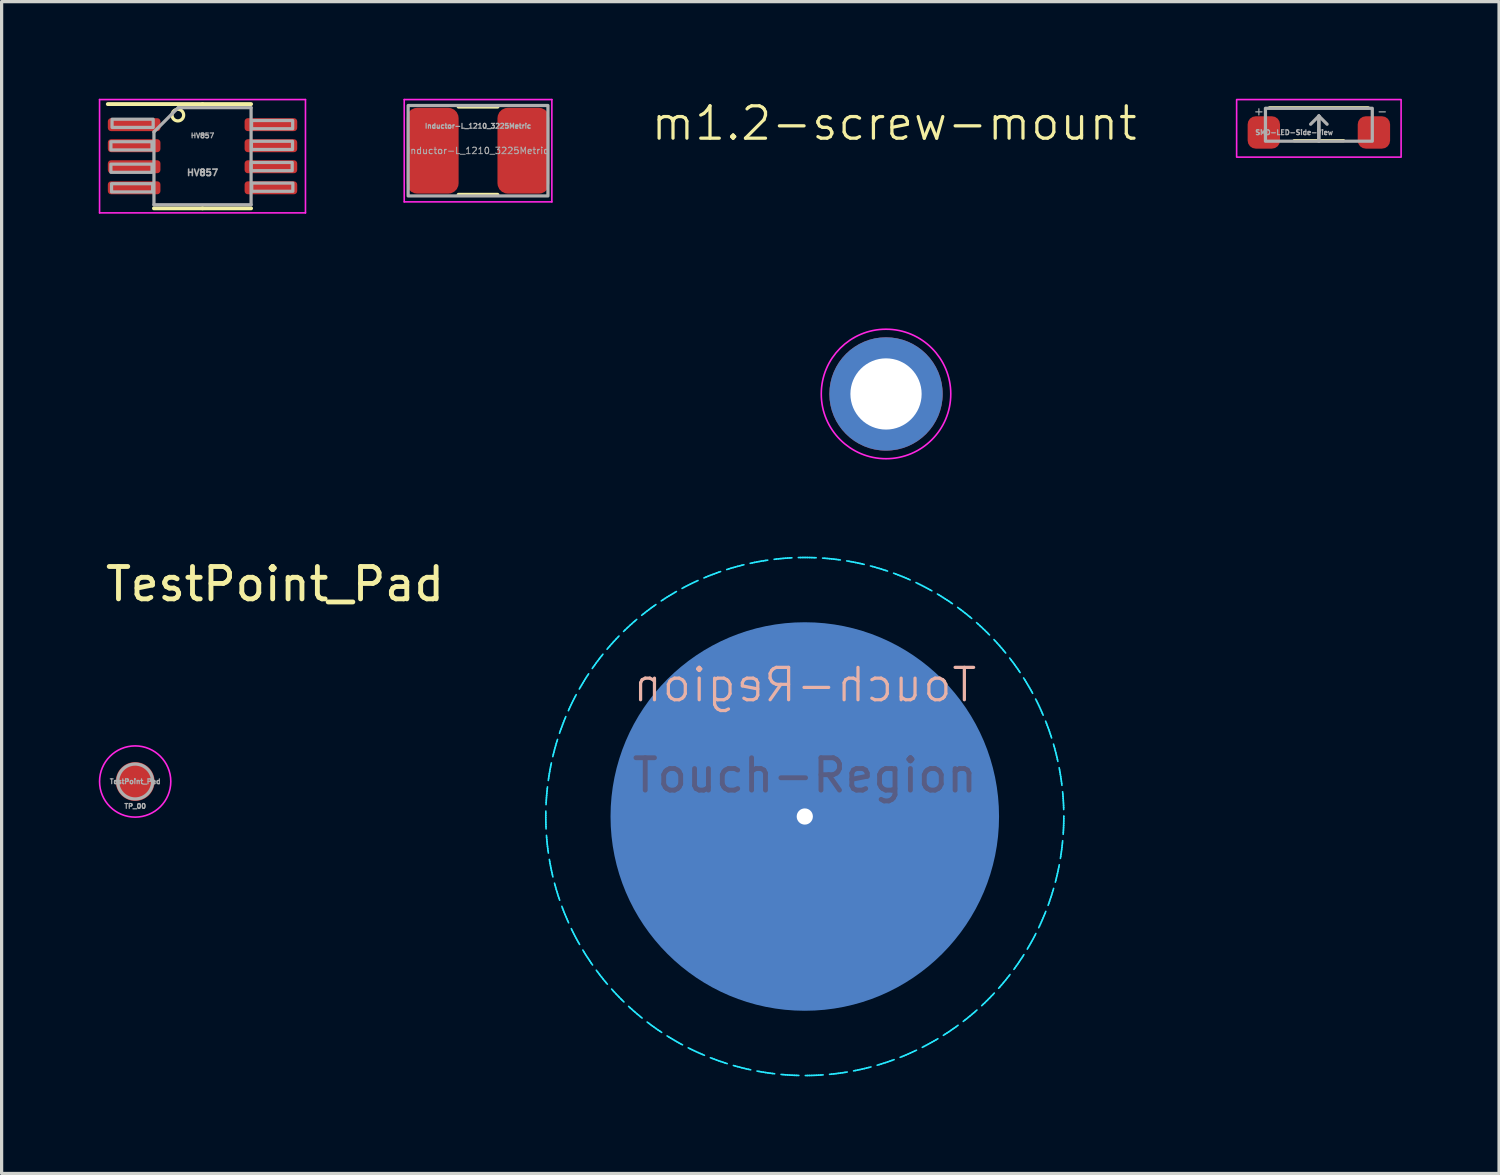
<source format=kicad_pcb>
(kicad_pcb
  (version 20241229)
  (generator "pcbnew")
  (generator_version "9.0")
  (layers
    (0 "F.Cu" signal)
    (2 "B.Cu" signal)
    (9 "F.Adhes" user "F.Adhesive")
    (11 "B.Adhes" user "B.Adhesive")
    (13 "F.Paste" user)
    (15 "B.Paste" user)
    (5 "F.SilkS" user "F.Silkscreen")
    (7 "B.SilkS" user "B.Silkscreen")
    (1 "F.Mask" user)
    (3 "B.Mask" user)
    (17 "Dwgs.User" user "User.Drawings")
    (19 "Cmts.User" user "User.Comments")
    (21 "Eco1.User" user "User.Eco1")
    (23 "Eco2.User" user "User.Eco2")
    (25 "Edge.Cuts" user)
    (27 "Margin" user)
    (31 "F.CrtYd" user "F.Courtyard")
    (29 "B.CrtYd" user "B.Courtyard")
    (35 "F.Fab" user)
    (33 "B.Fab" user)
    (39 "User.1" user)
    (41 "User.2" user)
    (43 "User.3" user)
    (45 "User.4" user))
  (footprint "Touch-Region"
    (layer "F.Cu")
    (at 21.807 22.169)
    (property "Reference" "Touch-Region" (at 0 -4.064 0) (unlocked yes) (layer "B.SilkS") (effects (font (size 1 1) (thickness 0.1)) (justify mirror)))
    (attr smd)
    (fp_circle (center 0 0) (end 8 0) (stroke (width 0.05) (type dash)) (fill no) (layer "B.CrtYd"))
    (fp_text user "${REFERENCE}" (at 0 -1.27 0) (unlocked yes) (layer "B.Fab") (effects (font (size 1 1) (thickness 0.15))))
    (pad "1" thru_hole circle (at 0 0) (size 1 1) (drill 0.5) (layers "*.Cu"))
    (pad "1" smd circle (at 0 0) (size 12 12) (layers "B.Cu"))
    (zone (net_name "") (layer "B.Cu") (hatch edge 0.25) (connect_pads) (min_thickness 0.25) (filled_areas_thickness no) (keepout (tracks allowed) (vias allowed) (pads allowed) (copperpour not_allowed) (footprints not_allowed)) (placement (enabled no)) (fill) (polygon (pts (xy 29.173 22.169) (xy 29.154 21.631) (xy 29.095 21.096) (xy 28.997 20.567) (xy 28.861 20.046) (xy 28.687 19.537) (xy 28.477 19.042) (xy 28.231 18.563) (xy 27.951 18.104) (xy 27.637 17.667) (xy 27.293 17.253) (xy 26.92 16.866) (xy 26.519 16.507) (xy 26.093 16.178) (xy 25.645 15.881) (xy 25.175 15.618) (xy 24.688 15.389) (xy 24.186 15.197) (xy 23.67 15.042) (xy 23.145 14.925) (xy 22.613 14.847) (xy 22.076 14.807) (xy 21.538 14.807) (xy 21.002 14.847) (xy 20.469 14.925) (xy 19.944 15.042) (xy 19.429 15.197) (xy 18.926 15.389) (xy 18.439 15.618) (xy 17.97 15.881) (xy 17.521 16.178) (xy 17.095 16.507) (xy 16.695 16.866) (xy 16.321 17.253) (xy 15.977 17.667) (xy 15.664 18.104) (xy 15.384 18.563) (xy 15.138 19.042) (xy 14.927 19.537) (xy 14.754 20.046) (xy 14.618 20.567) (xy 14.52 21.096) (xy 14.461 21.631) (xy 14.441 22.169) (xy 14.461 22.706) (xy 14.52 23.241) (xy 14.618 23.77) (xy 14.754 24.291) (xy 14.927 24.8) (xy 15.138 25.295) (xy 15.384 25.774) (xy 15.664 26.233) (xy 15.977 26.67) (xy 16.321 27.084) (xy 16.695 27.471) (xy 17.095 27.83) (xy 17.521 28.159) (xy 17.97 28.456) (xy 18.439 28.719) (xy 18.926 28.948) (xy 19.429 29.14) (xy 19.944 29.295) (xy 20.469 29.412) (xy 21.002 29.49) (xy 21.538 29.53) (xy 22.076 29.53) (xy 22.613 29.49) (xy 23.145 29.412) (xy 23.67 29.295) (xy 24.186 29.14) (xy 24.688 28.948) (xy 25.175 28.719) (xy 25.645 28.456) (xy 26.093 28.159) (xy 26.519 27.83) (xy 26.92 27.471) (xy 27.293 27.084) (xy 27.637 26.67) (xy 27.951 26.233) (xy 28.231 25.774) (xy 28.477 25.295) (xy 28.687 24.8) (xy 28.861 24.291) (xy 28.997 23.77) (xy 29.095 23.241) (xy 29.154 22.706)))))
  (footprint "TestPoint_Pad"
    (layer "F.Cu")
    (at 1.125 21.088)
    (property "Reference" "TestPoint_Pad" (at 4.318 -6.096 0) (layer "F.SilkS") (effects (font (size 1 1) (thickness 0.15))))
    (property "Value" "TP_00" (at 0.635 0 0) (unlocked yes) (layer "F.SilkS") (hide yes) (effects (font (size 0.8 0.8) (thickness 0.1)) (justify left)))
    (attr exclude_from_pos_files exclude_from_bom)
    (fp_circle (center 0 0) (end 1.1 0) (stroke (width 0.05) (type solid)) (fill no) (layer "F.CrtYd"))
    (fp_circle (center 0 0) (end 0.381 0.381) (stroke (width 0.1) (type default)) (fill no) (layer "F.Fab"))
    (fp_text user "${REFERENCE}" (at 0 0 0) (layer "F.Fab") (effects (font (size 0.15 0.15) (thickness 0.037))))
    (fp_text user "${VALUE}" (at 0 0.762 0) (layer "F.Fab") (effects (font (size 0.15 0.15) (thickness 0.037))))
    (pad "1" smd circle (at 0 0) (size 1.2 1.2) (layers "F.Cu" "F.Mask")))
  (footprint "HV857"
    (layer "F.Cu")
    (at 3.205 1.775)
    (property "Reference" "HV857" (at 0 -0.635 0) (layer "F.Fab") (effects (font (size 0.15 0.15) (thickness 0.037))))
    (attr smd)
    (fp_line (start 0 -1.61) (end -2.925 -1.61) (stroke (width 0.12) (type solid)) (layer "F.SilkS"))
    (fp_line (start 0 -1.61) (end 1.5 -1.61) (stroke (width 0.12) (type solid)) (layer "F.SilkS"))
    (fp_line (start 0 1.61) (end -1.5 1.61) (stroke (width 0.12) (type solid)) (layer "F.SilkS"))
    (fp_line (start 0 1.61) (end 1.5 1.61) (stroke (width 0.12) (type solid)) (layer "F.SilkS"))
    (fp_circle (center -0.762 -1.27) (end -0.635 -1.143) (stroke (width 0.1) (type default)) (fill no) (layer "F.SilkS"))
    (fp_line (start -3.18 -1.75) (end -3.18 1.75) (stroke (width 0.05) (type solid)) (layer "F.CrtYd"))
    (fp_line (start -3.18 1.75) (end 3.18 1.75) (stroke (width 0.05) (type solid)) (layer "F.CrtYd"))
    (fp_line (start 3.18 -1.75) (end -3.18 -1.75) (stroke (width 0.05) (type solid)) (layer "F.CrtYd"))
    (fp_line (start 3.18 1.75) (end 3.18 -1.75) (stroke (width 0.05) (type solid)) (layer "F.CrtYd"))
    (fp_line (start -1.5 -0.75) (end -0.75 -1.5) (stroke (width 0.1) (type solid)) (layer "F.Fab"))
    (fp_line (start -1.5 1.5) (end -1.5 -0.75) (stroke (width 0.1) (type solid)) (layer "F.Fab"))
    (fp_line (start -0.75 -1.5) (end 1.5 -1.5) (stroke (width 0.1) (type solid)) (layer "F.Fab"))
    (fp_line (start 1.5 -1.5) (end 1.5 1.5) (stroke (width 0.1) (type solid)) (layer "F.Fab"))
    (fp_line (start 1.5 1.5) (end -1.5 1.5) (stroke (width 0.1) (type solid)) (layer "F.Fab"))
    (fp_rect (start -2.83 -0.447) (end -1.56 -0.193) (stroke (width 0.1) (type default)) (fill no) (layer "F.Fab"))
    (fp_rect (start -2.83 0.244) (end -1.56 0.498) (stroke (width 0.1) (type default)) (fill no) (layer "F.Fab"))
    (fp_rect (start -2.81 0.849) (end -1.54 1.103) (stroke (width 0.1) (type default)) (fill no) (layer "F.Fab"))
    (fp_rect (start -2.794 -1.143) (end -1.524 -0.889) (stroke (width 0.1) (type default)) (fill no) (layer "F.Fab"))
    (fp_rect (start 1.5 0.193) (end 2.77 0.447) (stroke (width 0.1) (type default)) (fill no) (layer "F.Fab"))
    (fp_rect (start 1.51 -0.462) (end 2.78 -0.208) (stroke (width 0.1) (type default)) (fill no) (layer "F.Fab"))
    (fp_rect (start 1.515 -1.103) (end 2.785 -0.849) (stroke (width 0.1) (type default)) (fill no) (layer "F.Fab"))
    (fp_rect (start 1.52 0.829) (end 2.79 1.083) (stroke (width 0.1) (type default)) (fill no) (layer "F.Fab"))
    (fp_text user "${REFERENCE}" (at 0 0.508 0) (layer "F.Fab") (effects (font (size 0.2 0.2) (thickness 0.05))))
    (pad "1" smd roundrect (at -2.112 -0.975) (size 1.625 0.4) (layers "F.Cu" "F.Mask" "F.Paste") (roundrect_rratio 0.25))
    (pad "2" smd roundrect (at -2.112 -0.325) (size 1.625 0.4) (layers "F.Cu" "F.Mask" "F.Paste") (roundrect_rratio 0.25))
    (pad "3" smd roundrect (at -2.112 0.325) (size 1.625 0.4) (layers "F.Cu" "F.Mask" "F.Paste") (roundrect_rratio 0.25))
    (pad "4" smd roundrect (at -2.112 0.975) (size 1.625 0.4) (layers "F.Cu" "F.Mask" "F.Paste") (roundrect_rratio 0.25))
    (pad "5" smd roundrect (at 2.112 0.975) (size 1.625 0.4) (layers "F.Cu" "F.Mask" "F.Paste") (roundrect_rratio 0.25))
    (pad "6" smd roundrect (at 2.112 0.325) (size 1.625 0.4) (layers "F.Cu" "F.Mask" "F.Paste") (roundrect_rratio 0.25))
    (pad "7" smd roundrect (at 2.112 -0.325) (size 1.625 0.4) (layers "F.Cu" "F.Mask" "F.Paste") (roundrect_rratio 0.25))
    (pad "8" smd roundrect (at 2.112 -0.975) (size 1.625 0.4) (layers "F.Cu" "F.Mask" "F.Paste") (roundrect_rratio 0.25)))
  (footprint "SMD-LED-Side-View"
    (layer "F.Cu")
    (at 37.685 1.041)
    (property "Reference" "SMD-LED-Side-View" (at -0.762 0 0) (unlocked yes) (layer "F.Fab") (effects (font (size 0.15 0.15) (thickness 0.037))))
    (attr smd)
    (fp_line (start -1.524 -0.762) (end 1.524 -0.762) (stroke (width 0.1) (type default)) (layer "F.SilkS"))
    (fp_line (start -0.762 0.254) (end 0.762 0.254) (stroke (width 0.1) (type default)) (layer "F.SilkS"))
    (fp_rect (start -2.54 0.762) (end 2.54 -1.016) (stroke (width 0.05) (type default)) (fill no) (layer "F.CrtYd"))
    (fp_line (start 0 -0.508) (end -0.254 -0.254) (stroke (width 0.1) (type default)) (layer "F.Fab"))
    (fp_line (start 0 -0.508) (end 0 0.27) (stroke (width 0.1) (type default)) (layer "F.Fab"))
    (fp_line (start 0 -0.508) (end 0.254 -0.254) (stroke (width 0.1) (type default)) (layer "F.Fab"))
    (fp_line (start 0 0.27) (end 0 -0.508) (stroke (width 0.1) (type default)) (layer "F.Fab"))
    (fp_rect (start -1.65 -0.746) (end 1.65 0.27) (stroke (width 0.1) (type default)) (fill no) (layer "F.Fab"))
    (fp_text user "-" (at 1.778 -0.508 0) (unlocked yes) (layer "F.Fab") (effects (font (size 0.25 0.25) (thickness 0.037)) (justify left bottom)))
    (fp_text user "+" (at -2.032 -0.508 0) (unlocked yes) (layer "F.Fab") (effects (font (size 0.25 0.25) (thickness 0.037)) (justify left bottom)))
    (pad "1" smd roundrect (at 1.7 0) (size 1 1) (layers "F.Cu" "F.Mask" "F.Paste") (roundrect_rratio 0.25))
    (pad "2" smd roundrect (at -1.7 0) (size 1 1) (layers "F.Cu" "F.Mask" "F.Paste") (roundrect_rratio 0.25)))
  (footprint "m1.2-screw-mount"
    (layer "F.Cu")
    (at 24.316 9.118)
    (property "Reference" "m1.2-screw-mount" (at 0.254 -8.358 0) (unlocked yes) (layer "F.SilkS") (effects (font (size 1 1) (thickness 0.1))))
    (attr smd)
    (fp_circle (center 0 0) (end 2 0) (stroke (width 0.05) (type default)) (fill no) (layer "F.CrtYd"))
    (pad "1" thru_hole circle (at 0 0) (size 3.5 3.5) (drill 2.2) (layers "*.Cu" "*.Mask" "Eco2.User")))
  (footprint "Inductor-L_1210_3225Metric"
    (layer "F.Cu")
    (at 11.715 1.605)
    (property "Reference" "Inductor-L_1210_3225Metric" (at 0 -0.762 0) (layer "F.Fab") (effects (font (size 0.15 0.15) (thickness 0.037))))
    (attr smd)
    (fp_line (start -0.602 -1.36) (end 0.602 -1.36) (stroke (width 0.12) (type solid)) (layer "F.SilkS"))
    (fp_line (start -0.602 1.36) (end 0.602 1.36) (stroke (width 0.12) (type solid)) (layer "F.SilkS"))
    (fp_line (start -2.28 -1.58) (end 2.28 -1.58) (stroke (width 0.05) (type solid)) (layer "F.CrtYd"))
    (fp_line (start -2.28 1.58) (end -2.28 -1.58) (stroke (width 0.05) (type solid)) (layer "F.CrtYd"))
    (fp_line (start 2.28 -1.58) (end 2.28 1.58) (stroke (width 0.05) (type solid)) (layer "F.CrtYd"))
    (fp_line (start 2.28 1.58) (end -2.28 1.58) (stroke (width 0.05) (type solid)) (layer "F.CrtYd"))
    (fp_rect (start -2.159 -1.397) (end 2.159 1.397) (stroke (width 0.1) (type default)) (fill no) (layer "F.Fab"))
    (fp_text user "${REFERENCE}" (at 0 0 0) (layer "F.Fab") (effects (font (size 0.2 0.2) (thickness 0.03))))
    (pad "1" smd roundrect (at -1.4 0) (size 1.6 2.65) (layers "F.Cu" "F.Mask" "F.Paste") (roundrect_rratio 0.2))
    (pad "2" smd roundrect (at 1.4 0) (size 1.6 2.65) (layers "F.Cu" "F.Mask" "F.Paste") (roundrect_rratio 0.2)))
  (gr_rect
    (start -3 -3)
    (end 43.25 33.194)
    (stroke (width 0.1) (type default))
    (fill no)
    (layer "Edge.Cuts")))
</source>
